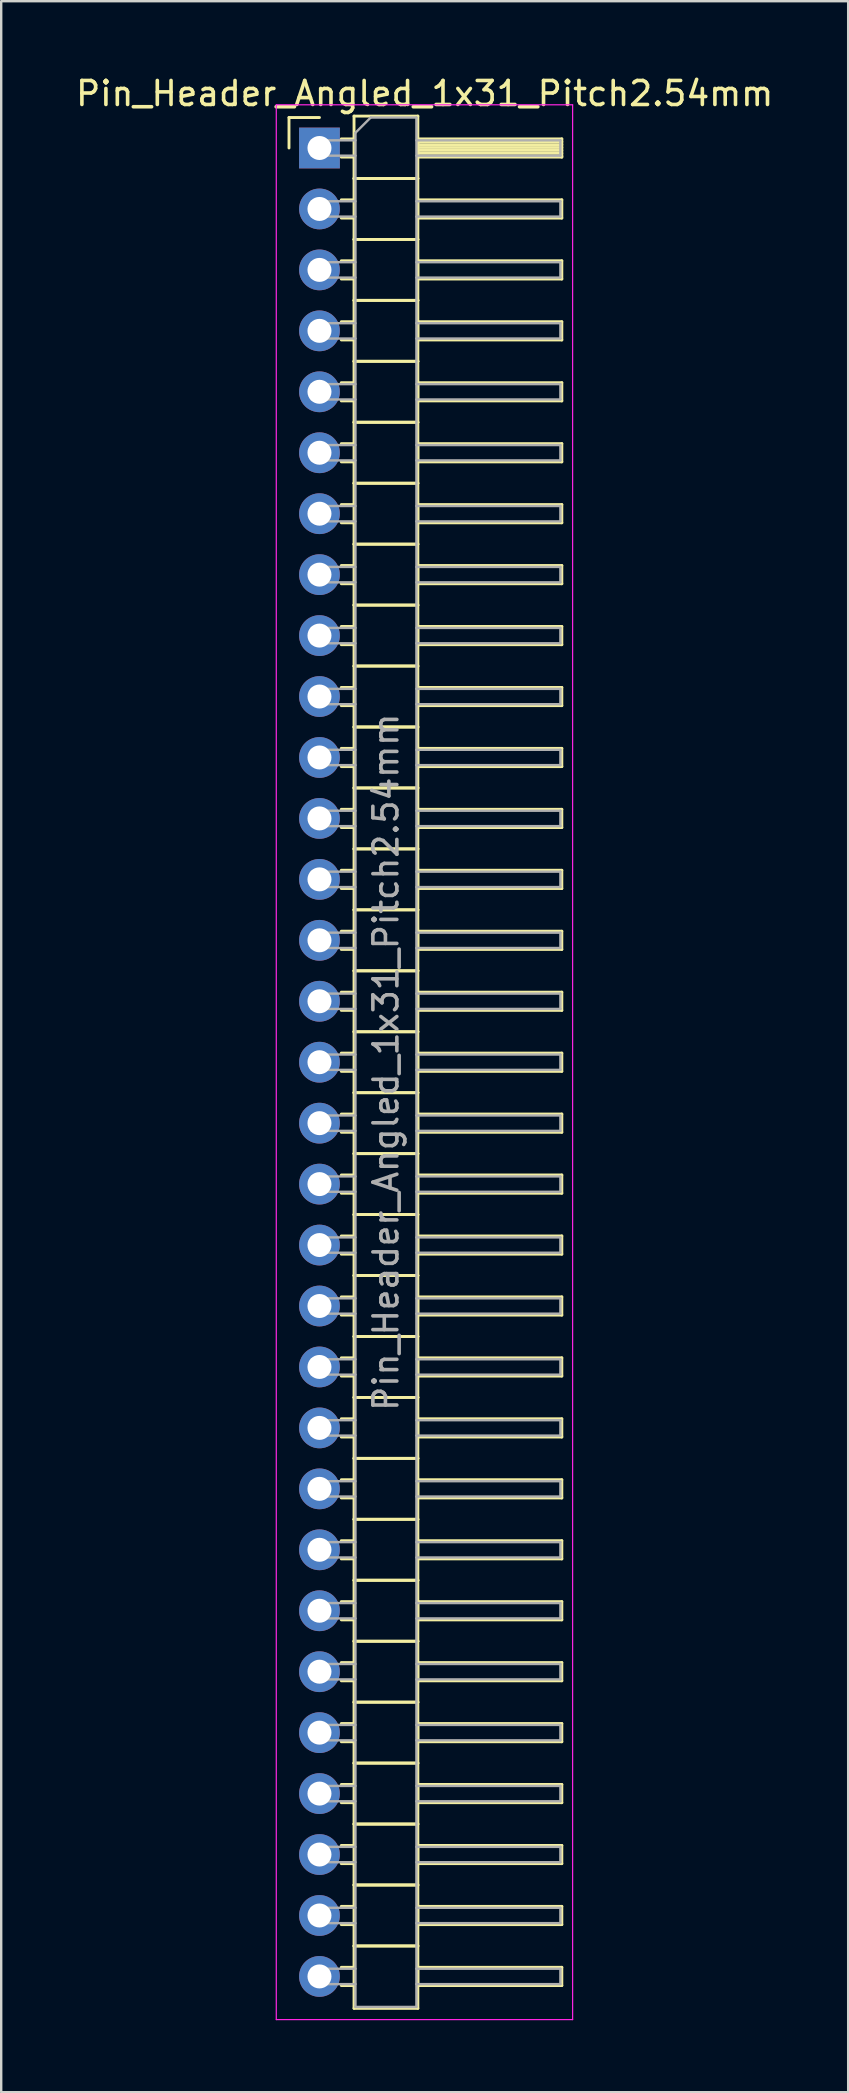
<source format=kicad_pcb>
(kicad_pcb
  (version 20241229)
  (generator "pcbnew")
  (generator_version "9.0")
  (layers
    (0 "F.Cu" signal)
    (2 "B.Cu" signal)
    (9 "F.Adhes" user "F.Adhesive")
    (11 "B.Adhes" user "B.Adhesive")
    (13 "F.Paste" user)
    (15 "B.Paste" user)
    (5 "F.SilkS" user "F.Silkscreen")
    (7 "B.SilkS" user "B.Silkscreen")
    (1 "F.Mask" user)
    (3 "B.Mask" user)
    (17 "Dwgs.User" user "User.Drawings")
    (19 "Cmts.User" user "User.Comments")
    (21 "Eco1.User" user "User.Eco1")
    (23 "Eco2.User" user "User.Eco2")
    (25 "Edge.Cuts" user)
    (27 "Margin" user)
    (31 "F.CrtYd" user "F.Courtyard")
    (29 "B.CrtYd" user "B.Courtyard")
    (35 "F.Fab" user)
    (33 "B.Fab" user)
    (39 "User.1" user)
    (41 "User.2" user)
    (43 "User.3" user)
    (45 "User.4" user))
  (footprint "Pin_Header_Angled_1x31_Pitch2.54mm"
    (layer "F.Cu")
    (at 10.264 3.118)
    (property "Reference" "Pin_Header_Angled_1x31_Pitch2.54mm" (at 4.385 -2.27 0) (layer "F.SilkS") (effects (font (size 1 1) (thickness 0.15))))
    (attr through_hole)
    (fp_line (start -1.27 -1.27) (end 0 -1.27) (stroke (width 0.12) (type solid)) (layer "F.SilkS"))
    (fp_line (start -1.27 0) (end -1.27 -1.27) (stroke (width 0.12) (type solid)) (layer "F.SilkS"))
    (fp_line (start 0.91 -0.38) (end 1.44 -0.38) (stroke (width 0.12) (type solid)) (layer "F.SilkS"))
    (fp_line (start 0.91 0.38) (end 1.44 0.38) (stroke (width 0.12) (type solid)) (layer "F.SilkS"))
    (fp_line (start 0.91 2.16) (end 1.44 2.16) (stroke (width 0.12) (type solid)) (layer "F.SilkS"))
    (fp_line (start 0.91 2.92) (end 1.44 2.92) (stroke (width 0.12) (type solid)) (layer "F.SilkS"))
    (fp_line (start 0.91 4.7) (end 1.44 4.7) (stroke (width 0.12) (type solid)) (layer "F.SilkS"))
    (fp_line (start 0.91 5.46) (end 1.44 5.46) (stroke (width 0.12) (type solid)) (layer "F.SilkS"))
    (fp_line (start 0.91 7.24) (end 1.44 7.24) (stroke (width 0.12) (type solid)) (layer "F.SilkS"))
    (fp_line (start 0.91 8) (end 1.44 8) (stroke (width 0.12) (type solid)) (layer "F.SilkS"))
    (fp_line (start 0.91 9.78) (end 1.44 9.78) (stroke (width 0.12) (type solid)) (layer "F.SilkS"))
    (fp_line (start 0.91 10.54) (end 1.44 10.54) (stroke (width 0.12) (type solid)) (layer "F.SilkS"))
    (fp_line (start 0.91 12.32) (end 1.44 12.32) (stroke (width 0.12) (type solid)) (layer "F.SilkS"))
    (fp_line (start 0.91 13.08) (end 1.44 13.08) (stroke (width 0.12) (type solid)) (layer "F.SilkS"))
    (fp_line (start 0.91 14.86) (end 1.44 14.86) (stroke (width 0.12) (type solid)) (layer "F.SilkS"))
    (fp_line (start 0.91 15.62) (end 1.44 15.62) (stroke (width 0.12) (type solid)) (layer "F.SilkS"))
    (fp_line (start 0.91 17.4) (end 1.44 17.4) (stroke (width 0.12) (type solid)) (layer "F.SilkS"))
    (fp_line (start 0.91 18.16) (end 1.44 18.16) (stroke (width 0.12) (type solid)) (layer "F.SilkS"))
    (fp_line (start 0.91 19.94) (end 1.44 19.94) (stroke (width 0.12) (type solid)) (layer "F.SilkS"))
    (fp_line (start 0.91 20.7) (end 1.44 20.7) (stroke (width 0.12) (type solid)) (layer "F.SilkS"))
    (fp_line (start 0.91 22.48) (end 1.44 22.48) (stroke (width 0.12) (type solid)) (layer "F.SilkS"))
    (fp_line (start 0.91 23.24) (end 1.44 23.24) (stroke (width 0.12) (type solid)) (layer "F.SilkS"))
    (fp_line (start 0.91 25.02) (end 1.44 25.02) (stroke (width 0.12) (type solid)) (layer "F.SilkS"))
    (fp_line (start 0.91 25.78) (end 1.44 25.78) (stroke (width 0.12) (type solid)) (layer "F.SilkS"))
    (fp_line (start 0.91 27.56) (end 1.44 27.56) (stroke (width 0.12) (type solid)) (layer "F.SilkS"))
    (fp_line (start 0.91 28.32) (end 1.44 28.32) (stroke (width 0.12) (type solid)) (layer "F.SilkS"))
    (fp_line (start 0.91 30.1) (end 1.44 30.1) (stroke (width 0.12) (type solid)) (layer "F.SilkS"))
    (fp_line (start 0.91 30.86) (end 1.44 30.86) (stroke (width 0.12) (type solid)) (layer "F.SilkS"))
    (fp_line (start 0.91 32.64) (end 1.44 32.64) (stroke (width 0.12) (type solid)) (layer "F.SilkS"))
    (fp_line (start 0.91 33.4) (end 1.44 33.4) (stroke (width 0.12) (type solid)) (layer "F.SilkS"))
    (fp_line (start 0.91 35.18) (end 1.44 35.18) (stroke (width 0.12) (type solid)) (layer "F.SilkS"))
    (fp_line (start 0.91 35.94) (end 1.44 35.94) (stroke (width 0.12) (type solid)) (layer "F.SilkS"))
    (fp_line (start 0.91 37.72) (end 1.44 37.72) (stroke (width 0.12) (type solid)) (layer "F.SilkS"))
    (fp_line (start 0.91 38.48) (end 1.44 38.48) (stroke (width 0.12) (type solid)) (layer "F.SilkS"))
    (fp_line (start 0.91 40.26) (end 1.44 40.26) (stroke (width 0.12) (type solid)) (layer "F.SilkS"))
    (fp_line (start 0.91 41.02) (end 1.44 41.02) (stroke (width 0.12) (type solid)) (layer "F.SilkS"))
    (fp_line (start 0.91 42.8) (end 1.44 42.8) (stroke (width 0.12) (type solid)) (layer "F.SilkS"))
    (fp_line (start 0.91 43.56) (end 1.44 43.56) (stroke (width 0.12) (type solid)) (layer "F.SilkS"))
    (fp_line (start 0.91 45.34) (end 1.44 45.34) (stroke (width 0.12) (type solid)) (layer "F.SilkS"))
    (fp_line (start 0.91 46.1) (end 1.44 46.1) (stroke (width 0.12) (type solid)) (layer "F.SilkS"))
    (fp_line (start 0.91 47.88) (end 1.44 47.88) (stroke (width 0.12) (type solid)) (layer "F.SilkS"))
    (fp_line (start 0.91 48.64) (end 1.44 48.64) (stroke (width 0.12) (type solid)) (layer "F.SilkS"))
    (fp_line (start 0.91 50.42) (end 1.44 50.42) (stroke (width 0.12) (type solid)) (layer "F.SilkS"))
    (fp_line (start 0.91 51.18) (end 1.44 51.18) (stroke (width 0.12) (type solid)) (layer "F.SilkS"))
    (fp_line (start 0.91 52.96) (end 1.44 52.96) (stroke (width 0.12) (type solid)) (layer "F.SilkS"))
    (fp_line (start 0.91 53.72) (end 1.44 53.72) (stroke (width 0.12) (type solid)) (layer "F.SilkS"))
    (fp_line (start 0.91 55.5) (end 1.44 55.5) (stroke (width 0.12) (type solid)) (layer "F.SilkS"))
    (fp_line (start 0.91 56.26) (end 1.44 56.26) (stroke (width 0.12) (type solid)) (layer "F.SilkS"))
    (fp_line (start 0.91 58.04) (end 1.44 58.04) (stroke (width 0.12) (type solid)) (layer "F.SilkS"))
    (fp_line (start 0.91 58.8) (end 1.44 58.8) (stroke (width 0.12) (type solid)) (layer "F.SilkS"))
    (fp_line (start 0.91 60.58) (end 1.44 60.58) (stroke (width 0.12) (type solid)) (layer "F.SilkS"))
    (fp_line (start 0.91 61.34) (end 1.44 61.34) (stroke (width 0.12) (type solid)) (layer "F.SilkS"))
    (fp_line (start 0.91 63.12) (end 1.44 63.12) (stroke (width 0.12) (type solid)) (layer "F.SilkS"))
    (fp_line (start 0.91 63.88) (end 1.44 63.88) (stroke (width 0.12) (type solid)) (layer "F.SilkS"))
    (fp_line (start 0.91 65.66) (end 1.44 65.66) (stroke (width 0.12) (type solid)) (layer "F.SilkS"))
    (fp_line (start 0.91 66.42) (end 1.44 66.42) (stroke (width 0.12) (type solid)) (layer "F.SilkS"))
    (fp_line (start 0.91 68.2) (end 1.44 68.2) (stroke (width 0.12) (type solid)) (layer "F.SilkS"))
    (fp_line (start 0.91 68.96) (end 1.44 68.96) (stroke (width 0.12) (type solid)) (layer "F.SilkS"))
    (fp_line (start 0.91 70.74) (end 1.44 70.74) (stroke (width 0.12) (type solid)) (layer "F.SilkS"))
    (fp_line (start 0.91 71.5) (end 1.44 71.5) (stroke (width 0.12) (type solid)) (layer "F.SilkS"))
    (fp_line (start 0.91 73.28) (end 1.44 73.28) (stroke (width 0.12) (type solid)) (layer "F.SilkS"))
    (fp_line (start 0.91 74.04) (end 1.44 74.04) (stroke (width 0.12) (type solid)) (layer "F.SilkS"))
    (fp_line (start 0.91 75.82) (end 1.44 75.82) (stroke (width 0.12) (type solid)) (layer "F.SilkS"))
    (fp_line (start 0.91 76.58) (end 1.44 76.58) (stroke (width 0.12) (type solid)) (layer "F.SilkS"))
    (fp_line (start 1.44 -1.33) (end 1.44 1.27) (stroke (width 0.12) (type solid)) (layer "F.SilkS"))
    (fp_line (start 1.44 1.27) (end 1.44 3.81) (stroke (width 0.12) (type solid)) (layer "F.SilkS"))
    (fp_line (start 1.44 1.27) (end 4.1 1.27) (stroke (width 0.12) (type solid)) (layer "F.SilkS"))
    (fp_line (start 1.44 3.81) (end 1.44 6.35) (stroke (width 0.12) (type solid)) (layer "F.SilkS"))
    (fp_line (start 1.44 3.81) (end 4.1 3.81) (stroke (width 0.12) (type solid)) (layer "F.SilkS"))
    (fp_line (start 1.44 6.35) (end 1.44 8.89) (stroke (width 0.12) (type solid)) (layer "F.SilkS"))
    (fp_line (start 1.44 6.35) (end 4.1 6.35) (stroke (width 0.12) (type solid)) (layer "F.SilkS"))
    (fp_line (start 1.44 8.89) (end 1.44 11.43) (stroke (width 0.12) (type solid)) (layer "F.SilkS"))
    (fp_line (start 1.44 8.89) (end 4.1 8.89) (stroke (width 0.12) (type solid)) (layer "F.SilkS"))
    (fp_line (start 1.44 11.43) (end 1.44 13.97) (stroke (width 0.12) (type solid)) (layer "F.SilkS"))
    (fp_line (start 1.44 11.43) (end 4.1 11.43) (stroke (width 0.12) (type solid)) (layer "F.SilkS"))
    (fp_line (start 1.44 13.97) (end 1.44 16.51) (stroke (width 0.12) (type solid)) (layer "F.SilkS"))
    (fp_line (start 1.44 13.97) (end 4.1 13.97) (stroke (width 0.12) (type solid)) (layer "F.SilkS"))
    (fp_line (start 1.44 16.51) (end 1.44 19.05) (stroke (width 0.12) (type solid)) (layer "F.SilkS"))
    (fp_line (start 1.44 16.51) (end 4.1 16.51) (stroke (width 0.12) (type solid)) (layer "F.SilkS"))
    (fp_line (start 1.44 19.05) (end 1.44 21.59) (stroke (width 0.12) (type solid)) (layer "F.SilkS"))
    (fp_line (start 1.44 19.05) (end 4.1 19.05) (stroke (width 0.12) (type solid)) (layer "F.SilkS"))
    (fp_line (start 1.44 21.59) (end 1.44 24.13) (stroke (width 0.12) (type solid)) (layer "F.SilkS"))
    (fp_line (start 1.44 21.59) (end 4.1 21.59) (stroke (width 0.12) (type solid)) (layer "F.SilkS"))
    (fp_line (start 1.44 24.13) (end 1.44 26.67) (stroke (width 0.12) (type solid)) (layer "F.SilkS"))
    (fp_line (start 1.44 24.13) (end 4.1 24.13) (stroke (width 0.12) (type solid)) (layer "F.SilkS"))
    (fp_line (start 1.44 26.67) (end 1.44 29.21) (stroke (width 0.12) (type solid)) (layer "F.SilkS"))
    (fp_line (start 1.44 26.67) (end 4.1 26.67) (stroke (width 0.12) (type solid)) (layer "F.SilkS"))
    (fp_line (start 1.44 29.21) (end 1.44 31.75) (stroke (width 0.12) (type solid)) (layer "F.SilkS"))
    (fp_line (start 1.44 29.21) (end 4.1 29.21) (stroke (width 0.12) (type solid)) (layer "F.SilkS"))
    (fp_line (start 1.44 31.75) (end 1.44 34.29) (stroke (width 0.12) (type solid)) (layer "F.SilkS"))
    (fp_line (start 1.44 31.75) (end 4.1 31.75) (stroke (width 0.12) (type solid)) (layer "F.SilkS"))
    (fp_line (start 1.44 34.29) (end 1.44 36.83) (stroke (width 0.12) (type solid)) (layer "F.SilkS"))
    (fp_line (start 1.44 34.29) (end 4.1 34.29) (stroke (width 0.12) (type solid)) (layer "F.SilkS"))
    (fp_line (start 1.44 36.83) (end 1.44 39.37) (stroke (width 0.12) (type solid)) (layer "F.SilkS"))
    (fp_line (start 1.44 36.83) (end 4.1 36.83) (stroke (width 0.12) (type solid)) (layer "F.SilkS"))
    (fp_line (start 1.44 39.37) (end 1.44 41.91) (stroke (width 0.12) (type solid)) (layer "F.SilkS"))
    (fp_line (start 1.44 39.37) (end 4.1 39.37) (stroke (width 0.12) (type solid)) (layer "F.SilkS"))
    (fp_line (start 1.44 41.91) (end 1.44 44.45) (stroke (width 0.12) (type solid)) (layer "F.SilkS"))
    (fp_line (start 1.44 41.91) (end 4.1 41.91) (stroke (width 0.12) (type solid)) (layer "F.SilkS"))
    (fp_line (start 1.44 44.45) (end 1.44 46.99) (stroke (width 0.12) (type solid)) (layer "F.SilkS"))
    (fp_line (start 1.44 44.45) (end 4.1 44.45) (stroke (width 0.12) (type solid)) (layer "F.SilkS"))
    (fp_line (start 1.44 46.99) (end 1.44 49.53) (stroke (width 0.12) (type solid)) (layer "F.SilkS"))
    (fp_line (start 1.44 46.99) (end 4.1 46.99) (stroke (width 0.12) (type solid)) (layer "F.SilkS"))
    (fp_line (start 1.44 49.53) (end 1.44 52.07) (stroke (width 0.12) (type solid)) (layer "F.SilkS"))
    (fp_line (start 1.44 49.53) (end 4.1 49.53) (stroke (width 0.12) (type solid)) (layer "F.SilkS"))
    (fp_line (start 1.44 52.07) (end 1.44 54.61) (stroke (width 0.12) (type solid)) (layer "F.SilkS"))
    (fp_line (start 1.44 52.07) (end 4.1 52.07) (stroke (width 0.12) (type solid)) (layer "F.SilkS"))
    (fp_line (start 1.44 54.61) (end 1.44 57.15) (stroke (width 0.12) (type solid)) (layer "F.SilkS"))
    (fp_line (start 1.44 54.61) (end 4.1 54.61) (stroke (width 0.12) (type solid)) (layer "F.SilkS"))
    (fp_line (start 1.44 57.15) (end 1.44 59.69) (stroke (width 0.12) (type solid)) (layer "F.SilkS"))
    (fp_line (start 1.44 57.15) (end 4.1 57.15) (stroke (width 0.12) (type solid)) (layer "F.SilkS"))
    (fp_line (start 1.44 59.69) (end 1.44 62.23) (stroke (width 0.12) (type solid)) (layer "F.SilkS"))
    (fp_line (start 1.44 59.69) (end 4.1 59.69) (stroke (width 0.12) (type solid)) (layer "F.SilkS"))
    (fp_line (start 1.44 62.23) (end 1.44 64.77) (stroke (width 0.12) (type solid)) (layer "F.SilkS"))
    (fp_line (start 1.44 62.23) (end 4.1 62.23) (stroke (width 0.12) (type solid)) (layer "F.SilkS"))
    (fp_line (start 1.44 64.77) (end 1.44 67.31) (stroke (width 0.12) (type solid)) (layer "F.SilkS"))
    (fp_line (start 1.44 64.77) (end 4.1 64.77) (stroke (width 0.12) (type solid)) (layer "F.SilkS"))
    (fp_line (start 1.44 67.31) (end 1.44 69.85) (stroke (width 0.12) (type solid)) (layer "F.SilkS"))
    (fp_line (start 1.44 67.31) (end 4.1 67.31) (stroke (width 0.12) (type solid)) (layer "F.SilkS"))
    (fp_line (start 1.44 69.85) (end 1.44 72.39) (stroke (width 0.12) (type solid)) (layer "F.SilkS"))
    (fp_line (start 1.44 69.85) (end 4.1 69.85) (stroke (width 0.12) (type solid)) (layer "F.SilkS"))
    (fp_line (start 1.44 72.39) (end 1.44 74.93) (stroke (width 0.12) (type solid)) (layer "F.SilkS"))
    (fp_line (start 1.44 72.39) (end 4.1 72.39) (stroke (width 0.12) (type solid)) (layer "F.SilkS"))
    (fp_line (start 1.44 74.93) (end 1.44 77.53) (stroke (width 0.12) (type solid)) (layer "F.SilkS"))
    (fp_line (start 1.44 74.93) (end 4.1 74.93) (stroke (width 0.12) (type solid)) (layer "F.SilkS"))
    (fp_line (start 1.44 77.53) (end 4.1 77.53) (stroke (width 0.12) (type solid)) (layer "F.SilkS"))
    (fp_line (start 4.1 -1.33) (end 1.44 -1.33) (stroke (width 0.12) (type solid)) (layer "F.SilkS"))
    (fp_line (start 4.1 -0.38) (end 4.1 0.38) (stroke (width 0.12) (type solid)) (layer "F.SilkS"))
    (fp_line (start 4.1 -0.26) (end 10.1 -0.26) (stroke (width 0.12) (type solid)) (layer "F.SilkS"))
    (fp_line (start 4.1 -0.14) (end 10.1 -0.14) (stroke (width 0.12) (type solid)) (layer "F.SilkS"))
    (fp_line (start 4.1 -0.02) (end 10.1 -0.02) (stroke (width 0.12) (type solid)) (layer "F.SilkS"))
    (fp_line (start 4.1 0.1) (end 10.1 0.1) (stroke (width 0.12) (type solid)) (layer "F.SilkS"))
    (fp_line (start 4.1 0.22) (end 10.1 0.22) (stroke (width 0.12) (type solid)) (layer "F.SilkS"))
    (fp_line (start 4.1 0.34) (end 10.1 0.34) (stroke (width 0.12) (type solid)) (layer "F.SilkS"))
    (fp_line (start 4.1 0.38) (end 10.1 0.38) (stroke (width 0.12) (type solid)) (layer "F.SilkS"))
    (fp_line (start 4.1 1.27) (end 1.44 1.27) (stroke (width 0.12) (type solid)) (layer "F.SilkS"))
    (fp_line (start 4.1 1.27) (end 4.1 -1.33) (stroke (width 0.12) (type solid)) (layer "F.SilkS"))
    (fp_line (start 4.1 2.16) (end 4.1 2.92) (stroke (width 0.12) (type solid)) (layer "F.SilkS"))
    (fp_line (start 4.1 2.92) (end 10.1 2.92) (stroke (width 0.12) (type solid)) (layer "F.SilkS"))
    (fp_line (start 4.1 3.81) (end 1.44 3.81) (stroke (width 0.12) (type solid)) (layer "F.SilkS"))
    (fp_line (start 4.1 3.81) (end 4.1 1.27) (stroke (width 0.12) (type solid)) (layer "F.SilkS"))
    (fp_line (start 4.1 4.7) (end 4.1 5.46) (stroke (width 0.12) (type solid)) (layer "F.SilkS"))
    (fp_line (start 4.1 5.46) (end 10.1 5.46) (stroke (width 0.12) (type solid)) (layer "F.SilkS"))
    (fp_line (start 4.1 6.35) (end 1.44 6.35) (stroke (width 0.12) (type solid)) (layer "F.SilkS"))
    (fp_line (start 4.1 6.35) (end 4.1 3.81) (stroke (width 0.12) (type solid)) (layer "F.SilkS"))
    (fp_line (start 4.1 7.24) (end 4.1 8) (stroke (width 0.12) (type solid)) (layer "F.SilkS"))
    (fp_line (start 4.1 8) (end 10.1 8) (stroke (width 0.12) (type solid)) (layer "F.SilkS"))
    (fp_line (start 4.1 8.89) (end 1.44 8.89) (stroke (width 0.12) (type solid)) (layer "F.SilkS"))
    (fp_line (start 4.1 8.89) (end 4.1 6.35) (stroke (width 0.12) (type solid)) (layer "F.SilkS"))
    (fp_line (start 4.1 9.78) (end 4.1 10.54) (stroke (width 0.12) (type solid)) (layer "F.SilkS"))
    (fp_line (start 4.1 10.54) (end 10.1 10.54) (stroke (width 0.12) (type solid)) (layer "F.SilkS"))
    (fp_line (start 4.1 11.43) (end 1.44 11.43) (stroke (width 0.12) (type solid)) (layer "F.SilkS"))
    (fp_line (start 4.1 11.43) (end 4.1 8.89) (stroke (width 0.12) (type solid)) (layer "F.SilkS"))
    (fp_line (start 4.1 12.32) (end 4.1 13.08) (stroke (width 0.12) (type solid)) (layer "F.SilkS"))
    (fp_line (start 4.1 13.08) (end 10.1 13.08) (stroke (width 0.12) (type solid)) (layer "F.SilkS"))
    (fp_line (start 4.1 13.97) (end 1.44 13.97) (stroke (width 0.12) (type solid)) (layer "F.SilkS"))
    (fp_line (start 4.1 13.97) (end 4.1 11.43) (stroke (width 0.12) (type solid)) (layer "F.SilkS"))
    (fp_line (start 4.1 14.86) (end 4.1 15.62) (stroke (width 0.12) (type solid)) (layer "F.SilkS"))
    (fp_line (start 4.1 15.62) (end 10.1 15.62) (stroke (width 0.12) (type solid)) (layer "F.SilkS"))
    (fp_line (start 4.1 16.51) (end 1.44 16.51) (stroke (width 0.12) (type solid)) (layer "F.SilkS"))
    (fp_line (start 4.1 16.51) (end 4.1 13.97) (stroke (width 0.12) (type solid)) (layer "F.SilkS"))
    (fp_line (start 4.1 17.4) (end 4.1 18.16) (stroke (width 0.12) (type solid)) (layer "F.SilkS"))
    (fp_line (start 4.1 18.16) (end 10.1 18.16) (stroke (width 0.12) (type solid)) (layer "F.SilkS"))
    (fp_line (start 4.1 19.05) (end 1.44 19.05) (stroke (width 0.12) (type solid)) (layer "F.SilkS"))
    (fp_line (start 4.1 19.05) (end 4.1 16.51) (stroke (width 0.12) (type solid)) (layer "F.SilkS"))
    (fp_line (start 4.1 19.94) (end 4.1 20.7) (stroke (width 0.12) (type solid)) (layer "F.SilkS"))
    (fp_line (start 4.1 20.7) (end 10.1 20.7) (stroke (width 0.12) (type solid)) (layer "F.SilkS"))
    (fp_line (start 4.1 21.59) (end 1.44 21.59) (stroke (width 0.12) (type solid)) (layer "F.SilkS"))
    (fp_line (start 4.1 21.59) (end 4.1 19.05) (stroke (width 0.12) (type solid)) (layer "F.SilkS"))
    (fp_line (start 4.1 22.48) (end 4.1 23.24) (stroke (width 0.12) (type solid)) (layer "F.SilkS"))
    (fp_line (start 4.1 23.24) (end 10.1 23.24) (stroke (width 0.12) (type solid)) (layer "F.SilkS"))
    (fp_line (start 4.1 24.13) (end 1.44 24.13) (stroke (width 0.12) (type solid)) (layer "F.SilkS"))
    (fp_line (start 4.1 24.13) (end 4.1 21.59) (stroke (width 0.12) (type solid)) (layer "F.SilkS"))
    (fp_line (start 4.1 25.02) (end 4.1 25.78) (stroke (width 0.12) (type solid)) (layer "F.SilkS"))
    (fp_line (start 4.1 25.78) (end 10.1 25.78) (stroke (width 0.12) (type solid)) (layer "F.SilkS"))
    (fp_line (start 4.1 26.67) (end 1.44 26.67) (stroke (width 0.12) (type solid)) (layer "F.SilkS"))
    (fp_line (start 4.1 26.67) (end 4.1 24.13) (stroke (width 0.12) (type solid)) (layer "F.SilkS"))
    (fp_line (start 4.1 27.56) (end 4.1 28.32) (stroke (width 0.12) (type solid)) (layer "F.SilkS"))
    (fp_line (start 4.1 28.32) (end 10.1 28.32) (stroke (width 0.12) (type solid)) (layer "F.SilkS"))
    (fp_line (start 4.1 29.21) (end 1.44 29.21) (stroke (width 0.12) (type solid)) (layer "F.SilkS"))
    (fp_line (start 4.1 29.21) (end 4.1 26.67) (stroke (width 0.12) (type solid)) (layer "F.SilkS"))
    (fp_line (start 4.1 30.1) (end 4.1 30.86) (stroke (width 0.12) (type solid)) (layer "F.SilkS"))
    (fp_line (start 4.1 30.86) (end 10.1 30.86) (stroke (width 0.12) (type solid)) (layer "F.SilkS"))
    (fp_line (start 4.1 31.75) (end 1.44 31.75) (stroke (width 0.12) (type solid)) (layer "F.SilkS"))
    (fp_line (start 4.1 31.75) (end 4.1 29.21) (stroke (width 0.12) (type solid)) (layer "F.SilkS"))
    (fp_line (start 4.1 32.64) (end 4.1 33.4) (stroke (width 0.12) (type solid)) (layer "F.SilkS"))
    (fp_line (start 4.1 33.4) (end 10.1 33.4) (stroke (width 0.12) (type solid)) (layer "F.SilkS"))
    (fp_line (start 4.1 34.29) (end 1.44 34.29) (stroke (width 0.12) (type solid)) (layer "F.SilkS"))
    (fp_line (start 4.1 34.29) (end 4.1 31.75) (stroke (width 0.12) (type solid)) (layer "F.SilkS"))
    (fp_line (start 4.1 35.18) (end 4.1 35.94) (stroke (width 0.12) (type solid)) (layer "F.SilkS"))
    (fp_line (start 4.1 35.94) (end 10.1 35.94) (stroke (width 0.12) (type solid)) (layer "F.SilkS"))
    (fp_line (start 4.1 36.83) (end 1.44 36.83) (stroke (width 0.12) (type solid)) (layer "F.SilkS"))
    (fp_line (start 4.1 36.83) (end 4.1 34.29) (stroke (width 0.12) (type solid)) (layer "F.SilkS"))
    (fp_line (start 4.1 37.72) (end 4.1 38.48) (stroke (width 0.12) (type solid)) (layer "F.SilkS"))
    (fp_line (start 4.1 38.48) (end 10.1 38.48) (stroke (width 0.12) (type solid)) (layer "F.SilkS"))
    (fp_line (start 4.1 39.37) (end 1.44 39.37) (stroke (width 0.12) (type solid)) (layer "F.SilkS"))
    (fp_line (start 4.1 39.37) (end 4.1 36.83) (stroke (width 0.12) (type solid)) (layer "F.SilkS"))
    (fp_line (start 4.1 40.26) (end 4.1 41.02) (stroke (width 0.12) (type solid)) (layer "F.SilkS"))
    (fp_line (start 4.1 41.02) (end 10.1 41.02) (stroke (width 0.12) (type solid)) (layer "F.SilkS"))
    (fp_line (start 4.1 41.91) (end 1.44 41.91) (stroke (width 0.12) (type solid)) (layer "F.SilkS"))
    (fp_line (start 4.1 41.91) (end 4.1 39.37) (stroke (width 0.12) (type solid)) (layer "F.SilkS"))
    (fp_line (start 4.1 42.8) (end 4.1 43.56) (stroke (width 0.12) (type solid)) (layer "F.SilkS"))
    (fp_line (start 4.1 43.56) (end 10.1 43.56) (stroke (width 0.12) (type solid)) (layer "F.SilkS"))
    (fp_line (start 4.1 44.45) (end 1.44 44.45) (stroke (width 0.12) (type solid)) (layer "F.SilkS"))
    (fp_line (start 4.1 44.45) (end 4.1 41.91) (stroke (width 0.12) (type solid)) (layer "F.SilkS"))
    (fp_line (start 4.1 45.34) (end 4.1 46.1) (stroke (width 0.12) (type solid)) (layer "F.SilkS"))
    (fp_line (start 4.1 46.1) (end 10.1 46.1) (stroke (width 0.12) (type solid)) (layer "F.SilkS"))
    (fp_line (start 4.1 46.99) (end 1.44 46.99) (stroke (width 0.12) (type solid)) (layer "F.SilkS"))
    (fp_line (start 4.1 46.99) (end 4.1 44.45) (stroke (width 0.12) (type solid)) (layer "F.SilkS"))
    (fp_line (start 4.1 47.88) (end 4.1 48.64) (stroke (width 0.12) (type solid)) (layer "F.SilkS"))
    (fp_line (start 4.1 48.64) (end 10.1 48.64) (stroke (width 0.12) (type solid)) (layer "F.SilkS"))
    (fp_line (start 4.1 49.53) (end 1.44 49.53) (stroke (width 0.12) (type solid)) (layer "F.SilkS"))
    (fp_line (start 4.1 49.53) (end 4.1 46.99) (stroke (width 0.12) (type solid)) (layer "F.SilkS"))
    (fp_line (start 4.1 50.42) (end 4.1 51.18) (stroke (width 0.12) (type solid)) (layer "F.SilkS"))
    (fp_line (start 4.1 51.18) (end 10.1 51.18) (stroke (width 0.12) (type solid)) (layer "F.SilkS"))
    (fp_line (start 4.1 52.07) (end 1.44 52.07) (stroke (width 0.12) (type solid)) (layer "F.SilkS"))
    (fp_line (start 4.1 52.07) (end 4.1 49.53) (stroke (width 0.12) (type solid)) (layer "F.SilkS"))
    (fp_line (start 4.1 52.96) (end 4.1 53.72) (stroke (width 0.12) (type solid)) (layer "F.SilkS"))
    (fp_line (start 4.1 53.72) (end 10.1 53.72) (stroke (width 0.12) (type solid)) (layer "F.SilkS"))
    (fp_line (start 4.1 54.61) (end 1.44 54.61) (stroke (width 0.12) (type solid)) (layer "F.SilkS"))
    (fp_line (start 4.1 54.61) (end 4.1 52.07) (stroke (width 0.12) (type solid)) (layer "F.SilkS"))
    (fp_line (start 4.1 55.5) (end 4.1 56.26) (stroke (width 0.12) (type solid)) (layer "F.SilkS"))
    (fp_line (start 4.1 56.26) (end 10.1 56.26) (stroke (width 0.12) (type solid)) (layer "F.SilkS"))
    (fp_line (start 4.1 57.15) (end 1.44 57.15) (stroke (width 0.12) (type solid)) (layer "F.SilkS"))
    (fp_line (start 4.1 57.15) (end 4.1 54.61) (stroke (width 0.12) (type solid)) (layer "F.SilkS"))
    (fp_line (start 4.1 58.04) (end 4.1 58.8) (stroke (width 0.12) (type solid)) (layer "F.SilkS"))
    (fp_line (start 4.1 58.8) (end 10.1 58.8) (stroke (width 0.12) (type solid)) (layer "F.SilkS"))
    (fp_line (start 4.1 59.69) (end 1.44 59.69) (stroke (width 0.12) (type solid)) (layer "F.SilkS"))
    (fp_line (start 4.1 59.69) (end 4.1 57.15) (stroke (width 0.12) (type solid)) (layer "F.SilkS"))
    (fp_line (start 4.1 60.58) (end 4.1 61.34) (stroke (width 0.12) (type solid)) (layer "F.SilkS"))
    (fp_line (start 4.1 61.34) (end 10.1 61.34) (stroke (width 0.12) (type solid)) (layer "F.SilkS"))
    (fp_line (start 4.1 62.23) (end 1.44 62.23) (stroke (width 0.12) (type solid)) (layer "F.SilkS"))
    (fp_line (start 4.1 62.23) (end 4.1 59.69) (stroke (width 0.12) (type solid)) (layer "F.SilkS"))
    (fp_line (start 4.1 63.12) (end 4.1 63.88) (stroke (width 0.12) (type solid)) (layer "F.SilkS"))
    (fp_line (start 4.1 63.88) (end 10.1 63.88) (stroke (width 0.12) (type solid)) (layer "F.SilkS"))
    (fp_line (start 4.1 64.77) (end 1.44 64.77) (stroke (width 0.12) (type solid)) (layer "F.SilkS"))
    (fp_line (start 4.1 64.77) (end 4.1 62.23) (stroke (width 0.12) (type solid)) (layer "F.SilkS"))
    (fp_line (start 4.1 65.66) (end 4.1 66.42) (stroke (width 0.12) (type solid)) (layer "F.SilkS"))
    (fp_line (start 4.1 66.42) (end 10.1 66.42) (stroke (width 0.12) (type solid)) (layer "F.SilkS"))
    (fp_line (start 4.1 67.31) (end 1.44 67.31) (stroke (width 0.12) (type solid)) (layer "F.SilkS"))
    (fp_line (start 4.1 67.31) (end 4.1 64.77) (stroke (width 0.12) (type solid)) (layer "F.SilkS"))
    (fp_line (start 4.1 68.2) (end 4.1 68.96) (stroke (width 0.12) (type solid)) (layer "F.SilkS"))
    (fp_line (start 4.1 68.96) (end 10.1 68.96) (stroke (width 0.12) (type solid)) (layer "F.SilkS"))
    (fp_line (start 4.1 69.85) (end 1.44 69.85) (stroke (width 0.12) (type solid)) (layer "F.SilkS"))
    (fp_line (start 4.1 69.85) (end 4.1 67.31) (stroke (width 0.12) (type solid)) (layer "F.SilkS"))
    (fp_line (start 4.1 70.74) (end 4.1 71.5) (stroke (width 0.12) (type solid)) (layer "F.SilkS"))
    (fp_line (start 4.1 71.5) (end 10.1 71.5) (stroke (width 0.12) (type solid)) (layer "F.SilkS"))
    (fp_line (start 4.1 72.39) (end 1.44 72.39) (stroke (width 0.12) (type solid)) (layer "F.SilkS"))
    (fp_line (start 4.1 72.39) (end 4.1 69.85) (stroke (width 0.12) (type solid)) (layer "F.SilkS"))
    (fp_line (start 4.1 73.28) (end 4.1 74.04) (stroke (width 0.12) (type solid)) (layer "F.SilkS"))
    (fp_line (start 4.1 74.04) (end 10.1 74.04) (stroke (width 0.12) (type solid)) (layer "F.SilkS"))
    (fp_line (start 4.1 74.93) (end 1.44 74.93) (stroke (width 0.12) (type solid)) (layer "F.SilkS"))
    (fp_line (start 4.1 74.93) (end 4.1 72.39) (stroke (width 0.12) (type solid)) (layer "F.SilkS"))
    (fp_line (start 4.1 75.82) (end 4.1 76.58) (stroke (width 0.12) (type solid)) (layer "F.SilkS"))
    (fp_line (start 4.1 76.58) (end 10.1 76.58) (stroke (width 0.12) (type solid)) (layer "F.SilkS"))
    (fp_line (start 4.1 77.53) (end 4.1 74.93) (stroke (width 0.12) (type solid)) (layer "F.SilkS"))
    (fp_line (start 10.1 -0.38) (end 4.1 -0.38) (stroke (width 0.12) (type solid)) (layer "F.SilkS"))
    (fp_line (start 10.1 0.38) (end 10.1 -0.38) (stroke (width 0.12) (type solid)) (layer "F.SilkS"))
    (fp_line (start 10.1 2.16) (end 4.1 2.16) (stroke (width 0.12) (type solid)) (layer "F.SilkS"))
    (fp_line (start 10.1 2.92) (end 10.1 2.16) (stroke (width 0.12) (type solid)) (layer "F.SilkS"))
    (fp_line (start 10.1 4.7) (end 4.1 4.7) (stroke (width 0.12) (type solid)) (layer "F.SilkS"))
    (fp_line (start 10.1 5.46) (end 10.1 4.7) (stroke (width 0.12) (type solid)) (layer "F.SilkS"))
    (fp_line (start 10.1 7.24) (end 4.1 7.24) (stroke (width 0.12) (type solid)) (layer "F.SilkS"))
    (fp_line (start 10.1 8) (end 10.1 7.24) (stroke (width 0.12) (type solid)) (layer "F.SilkS"))
    (fp_line (start 10.1 9.78) (end 4.1 9.78) (stroke (width 0.12) (type solid)) (layer "F.SilkS"))
    (fp_line (start 10.1 10.54) (end 10.1 9.78) (stroke (width 0.12) (type solid)) (layer "F.SilkS"))
    (fp_line (start 10.1 12.32) (end 4.1 12.32) (stroke (width 0.12) (type solid)) (layer "F.SilkS"))
    (fp_line (start 10.1 13.08) (end 10.1 12.32) (stroke (width 0.12) (type solid)) (layer "F.SilkS"))
    (fp_line (start 10.1 14.86) (end 4.1 14.86) (stroke (width 0.12) (type solid)) (layer "F.SilkS"))
    (fp_line (start 10.1 15.62) (end 10.1 14.86) (stroke (width 0.12) (type solid)) (layer "F.SilkS"))
    (fp_line (start 10.1 17.4) (end 4.1 17.4) (stroke (width 0.12) (type solid)) (layer "F.SilkS"))
    (fp_line (start 10.1 18.16) (end 10.1 17.4) (stroke (width 0.12) (type solid)) (layer "F.SilkS"))
    (fp_line (start 10.1 19.94) (end 4.1 19.94) (stroke (width 0.12) (type solid)) (layer "F.SilkS"))
    (fp_line (start 10.1 20.7) (end 10.1 19.94) (stroke (width 0.12) (type solid)) (layer "F.SilkS"))
    (fp_line (start 10.1 22.48) (end 4.1 22.48) (stroke (width 0.12) (type solid)) (layer "F.SilkS"))
    (fp_line (start 10.1 23.24) (end 10.1 22.48) (stroke (width 0.12) (type solid)) (layer "F.SilkS"))
    (fp_line (start 10.1 25.02) (end 4.1 25.02) (stroke (width 0.12) (type solid)) (layer "F.SilkS"))
    (fp_line (start 10.1 25.78) (end 10.1 25.02) (stroke (width 0.12) (type solid)) (layer "F.SilkS"))
    (fp_line (start 10.1 27.56) (end 4.1 27.56) (stroke (width 0.12) (type solid)) (layer "F.SilkS"))
    (fp_line (start 10.1 28.32) (end 10.1 27.56) (stroke (width 0.12) (type solid)) (layer "F.SilkS"))
    (fp_line (start 10.1 30.1) (end 4.1 30.1) (stroke (width 0.12) (type solid)) (layer "F.SilkS"))
    (fp_line (start 10.1 30.86) (end 10.1 30.1) (stroke (width 0.12) (type solid)) (layer "F.SilkS"))
    (fp_line (start 10.1 32.64) (end 4.1 32.64) (stroke (width 0.12) (type solid)) (layer "F.SilkS"))
    (fp_line (start 10.1 33.4) (end 10.1 32.64) (stroke (width 0.12) (type solid)) (layer "F.SilkS"))
    (fp_line (start 10.1 35.18) (end 4.1 35.18) (stroke (width 0.12) (type solid)) (layer "F.SilkS"))
    (fp_line (start 10.1 35.94) (end 10.1 35.18) (stroke (width 0.12) (type solid)) (layer "F.SilkS"))
    (fp_line (start 10.1 37.72) (end 4.1 37.72) (stroke (width 0.12) (type solid)) (layer "F.SilkS"))
    (fp_line (start 10.1 38.48) (end 10.1 37.72) (stroke (width 0.12) (type solid)) (layer "F.SilkS"))
    (fp_line (start 10.1 40.26) (end 4.1 40.26) (stroke (width 0.12) (type solid)) (layer "F.SilkS"))
    (fp_line (start 10.1 41.02) (end 10.1 40.26) (stroke (width 0.12) (type solid)) (layer "F.SilkS"))
    (fp_line (start 10.1 42.8) (end 4.1 42.8) (stroke (width 0.12) (type solid)) (layer "F.SilkS"))
    (fp_line (start 10.1 43.56) (end 10.1 42.8) (stroke (width 0.12) (type solid)) (layer "F.SilkS"))
    (fp_line (start 10.1 45.34) (end 4.1 45.34) (stroke (width 0.12) (type solid)) (layer "F.SilkS"))
    (fp_line (start 10.1 46.1) (end 10.1 45.34) (stroke (width 0.12) (type solid)) (layer "F.SilkS"))
    (fp_line (start 10.1 47.88) (end 4.1 47.88) (stroke (width 0.12) (type solid)) (layer "F.SilkS"))
    (fp_line (start 10.1 48.64) (end 10.1 47.88) (stroke (width 0.12) (type solid)) (layer "F.SilkS"))
    (fp_line (start 10.1 50.42) (end 4.1 50.42) (stroke (width 0.12) (type solid)) (layer "F.SilkS"))
    (fp_line (start 10.1 51.18) (end 10.1 50.42) (stroke (width 0.12) (type solid)) (layer "F.SilkS"))
    (fp_line (start 10.1 52.96) (end 4.1 52.96) (stroke (width 0.12) (type solid)) (layer "F.SilkS"))
    (fp_line (start 10.1 53.72) (end 10.1 52.96) (stroke (width 0.12) (type solid)) (layer "F.SilkS"))
    (fp_line (start 10.1 55.5) (end 4.1 55.5) (stroke (width 0.12) (type solid)) (layer "F.SilkS"))
    (fp_line (start 10.1 56.26) (end 10.1 55.5) (stroke (width 0.12) (type solid)) (layer "F.SilkS"))
    (fp_line (start 10.1 58.04) (end 4.1 58.04) (stroke (width 0.12) (type solid)) (layer "F.SilkS"))
    (fp_line (start 10.1 58.8) (end 10.1 58.04) (stroke (width 0.12) (type solid)) (layer "F.SilkS"))
    (fp_line (start 10.1 60.58) (end 4.1 60.58) (stroke (width 0.12) (type solid)) (layer "F.SilkS"))
    (fp_line (start 10.1 61.34) (end 10.1 60.58) (stroke (width 0.12) (type solid)) (layer "F.SilkS"))
    (fp_line (start 10.1 63.12) (end 4.1 63.12) (stroke (width 0.12) (type solid)) (layer "F.SilkS"))
    (fp_line (start 10.1 63.88) (end 10.1 63.12) (stroke (width 0.12) (type solid)) (layer "F.SilkS"))
    (fp_line (start 10.1 65.66) (end 4.1 65.66) (stroke (width 0.12) (type solid)) (layer "F.SilkS"))
    (fp_line (start 10.1 66.42) (end 10.1 65.66) (stroke (width 0.12) (type solid)) (layer "F.SilkS"))
    (fp_line (start 10.1 68.2) (end 4.1 68.2) (stroke (width 0.12) (type solid)) (layer "F.SilkS"))
    (fp_line (start 10.1 68.96) (end 10.1 68.2) (stroke (width 0.12) (type solid)) (layer "F.SilkS"))
    (fp_line (start 10.1 70.74) (end 4.1 70.74) (stroke (width 0.12) (type solid)) (layer "F.SilkS"))
    (fp_line (start 10.1 71.5) (end 10.1 70.74) (stroke (width 0.12) (type solid)) (layer "F.SilkS"))
    (fp_line (start 10.1 73.28) (end 4.1 73.28) (stroke (width 0.12) (type solid)) (layer "F.SilkS"))
    (fp_line (start 10.1 74.04) (end 10.1 73.28) (stroke (width 0.12) (type solid)) (layer "F.SilkS"))
    (fp_line (start 10.1 75.82) (end 4.1 75.82) (stroke (width 0.12) (type solid)) (layer "F.SilkS"))
    (fp_line (start 10.1 76.58) (end 10.1 75.82) (stroke (width 0.12) (type solid)) (layer "F.SilkS"))
    (fp_line (start -1.8 -1.8) (end -1.8 78) (stroke (width 0.05) (type solid)) (layer "F.CrtYd"))
    (fp_line (start -1.8 78) (end 10.55 78) (stroke (width 0.05) (type solid)) (layer "F.CrtYd"))
    (fp_line (start 10.55 -1.8) (end -1.8 -1.8) (stroke (width 0.05) (type solid)) (layer "F.CrtYd"))
    (fp_line (start 10.55 78) (end 10.55 -1.8) (stroke (width 0.05) (type solid)) (layer "F.CrtYd"))
    (fp_line (start -0.32 -0.32) (end -0.32 0.32) (stroke (width 0.1) (type solid)) (layer "F.Fab"))
    (fp_line (start -0.32 -0.32) (end 1.5 -0.32) (stroke (width 0.1) (type solid)) (layer "F.Fab"))
    (fp_line (start -0.32 0.32) (end 1.5 0.32) (stroke (width 0.1) (type solid)) (layer "F.Fab"))
    (fp_line (start -0.32 2.22) (end -0.32 2.86) (stroke (width 0.1) (type solid)) (layer "F.Fab"))
    (fp_line (start -0.32 2.22) (end 1.5 2.22) (stroke (width 0.1) (type solid)) (layer "F.Fab"))
    (fp_line (start -0.32 2.86) (end 1.5 2.86) (stroke (width 0.1) (type solid)) (layer "F.Fab"))
    (fp_line (start -0.32 4.76) (end -0.32 5.4) (stroke (width 0.1) (type solid)) (layer "F.Fab"))
    (fp_line (start -0.32 4.76) (end 1.5 4.76) (stroke (width 0.1) (type solid)) (layer "F.Fab"))
    (fp_line (start -0.32 5.4) (end 1.5 5.4) (stroke (width 0.1) (type solid)) (layer "F.Fab"))
    (fp_line (start -0.32 7.3) (end -0.32 7.94) (stroke (width 0.1) (type solid)) (layer "F.Fab"))
    (fp_line (start -0.32 7.3) (end 1.5 7.3) (stroke (width 0.1) (type solid)) (layer "F.Fab"))
    (fp_line (start -0.32 7.94) (end 1.5 7.94) (stroke (width 0.1) (type solid)) (layer "F.Fab"))
    (fp_line (start -0.32 9.84) (end -0.32 10.48) (stroke (width 0.1) (type solid)) (layer "F.Fab"))
    (fp_line (start -0.32 9.84) (end 1.5 9.84) (stroke (width 0.1) (type solid)) (layer "F.Fab"))
    (fp_line (start -0.32 10.48) (end 1.5 10.48) (stroke (width 0.1) (type solid)) (layer "F.Fab"))
    (fp_line (start -0.32 12.38) (end -0.32 13.02) (stroke (width 0.1) (type solid)) (layer "F.Fab"))
    (fp_line (start -0.32 12.38) (end 1.5 12.38) (stroke (width 0.1) (type solid)) (layer "F.Fab"))
    (fp_line (start -0.32 13.02) (end 1.5 13.02) (stroke (width 0.1) (type solid)) (layer "F.Fab"))
    (fp_line (start -0.32 14.92) (end -0.32 15.56) (stroke (width 0.1) (type solid)) (layer "F.Fab"))
    (fp_line (start -0.32 14.92) (end 1.5 14.92) (stroke (width 0.1) (type solid)) (layer "F.Fab"))
    (fp_line (start -0.32 15.56) (end 1.5 15.56) (stroke (width 0.1) (type solid)) (layer "F.Fab"))
    (fp_line (start -0.32 17.46) (end -0.32 18.1) (stroke (width 0.1) (type solid)) (layer "F.Fab"))
    (fp_line (start -0.32 17.46) (end 1.5 17.46) (stroke (width 0.1) (type solid)) (layer "F.Fab"))
    (fp_line (start -0.32 18.1) (end 1.5 18.1) (stroke (width 0.1) (type solid)) (layer "F.Fab"))
    (fp_line (start -0.32 20) (end -0.32 20.64) (stroke (width 0.1) (type solid)) (layer "F.Fab"))
    (fp_line (start -0.32 20) (end 1.5 20) (stroke (width 0.1) (type solid)) (layer "F.Fab"))
    (fp_line (start -0.32 20.64) (end 1.5 20.64) (stroke (width 0.1) (type solid)) (layer "F.Fab"))
    (fp_line (start -0.32 22.54) (end -0.32 23.18) (stroke (width 0.1) (type solid)) (layer "F.Fab"))
    (fp_line (start -0.32 22.54) (end 1.5 22.54) (stroke (width 0.1) (type solid)) (layer "F.Fab"))
    (fp_line (start -0.32 23.18) (end 1.5 23.18) (stroke (width 0.1) (type solid)) (layer "F.Fab"))
    (fp_line (start -0.32 25.08) (end -0.32 25.72) (stroke (width 0.1) (type solid)) (layer "F.Fab"))
    (fp_line (start -0.32 25.08) (end 1.5 25.08) (stroke (width 0.1) (type solid)) (layer "F.Fab"))
    (fp_line (start -0.32 25.72) (end 1.5 25.72) (stroke (width 0.1) (type solid)) (layer "F.Fab"))
    (fp_line (start -0.32 27.62) (end -0.32 28.26) (stroke (width 0.1) (type solid)) (layer "F.Fab"))
    (fp_line (start -0.32 27.62) (end 1.5 27.62) (stroke (width 0.1) (type solid)) (layer "F.Fab"))
    (fp_line (start -0.32 28.26) (end 1.5 28.26) (stroke (width 0.1) (type solid)) (layer "F.Fab"))
    (fp_line (start -0.32 30.16) (end -0.32 30.8) (stroke (width 0.1) (type solid)) (layer "F.Fab"))
    (fp_line (start -0.32 30.16) (end 1.5 30.16) (stroke (width 0.1) (type solid)) (layer "F.Fab"))
    (fp_line (start -0.32 30.8) (end 1.5 30.8) (stroke (width 0.1) (type solid)) (layer "F.Fab"))
    (fp_line (start -0.32 32.7) (end -0.32 33.34) (stroke (width 0.1) (type solid)) (layer "F.Fab"))
    (fp_line (start -0.32 32.7) (end 1.5 32.7) (stroke (width 0.1) (type solid)) (layer "F.Fab"))
    (fp_line (start -0.32 33.34) (end 1.5 33.34) (stroke (width 0.1) (type solid)) (layer "F.Fab"))
    (fp_line (start -0.32 35.24) (end -0.32 35.88) (stroke (width 0.1) (type solid)) (layer "F.Fab"))
    (fp_line (start -0.32 35.24) (end 1.5 35.24) (stroke (width 0.1) (type solid)) (layer "F.Fab"))
    (fp_line (start -0.32 35.88) (end 1.5 35.88) (stroke (width 0.1) (type solid)) (layer "F.Fab"))
    (fp_line (start -0.32 37.78) (end -0.32 38.42) (stroke (width 0.1) (type solid)) (layer "F.Fab"))
    (fp_line (start -0.32 37.78) (end 1.5 37.78) (stroke (width 0.1) (type solid)) (layer "F.Fab"))
    (fp_line (start -0.32 38.42) (end 1.5 38.42) (stroke (width 0.1) (type solid)) (layer "F.Fab"))
    (fp_line (start -0.32 40.32) (end -0.32 40.96) (stroke (width 0.1) (type solid)) (layer "F.Fab"))
    (fp_line (start -0.32 40.32) (end 1.5 40.32) (stroke (width 0.1) (type solid)) (layer "F.Fab"))
    (fp_line (start -0.32 40.96) (end 1.5 40.96) (stroke (width 0.1) (type solid)) (layer "F.Fab"))
    (fp_line (start -0.32 42.86) (end -0.32 43.5) (stroke (width 0.1) (type solid)) (layer "F.Fab"))
    (fp_line (start -0.32 42.86) (end 1.5 42.86) (stroke (width 0.1) (type solid)) (layer "F.Fab"))
    (fp_line (start -0.32 43.5) (end 1.5 43.5) (stroke (width 0.1) (type solid)) (layer "F.Fab"))
    (fp_line (start -0.32 45.4) (end -0.32 46.04) (stroke (width 0.1) (type solid)) (layer "F.Fab"))
    (fp_line (start -0.32 45.4) (end 1.5 45.4) (stroke (width 0.1) (type solid)) (layer "F.Fab"))
    (fp_line (start -0.32 46.04) (end 1.5 46.04) (stroke (width 0.1) (type solid)) (layer "F.Fab"))
    (fp_line (start -0.32 47.94) (end -0.32 48.58) (stroke (width 0.1) (type solid)) (layer "F.Fab"))
    (fp_line (start -0.32 47.94) (end 1.5 47.94) (stroke (width 0.1) (type solid)) (layer "F.Fab"))
    (fp_line (start -0.32 48.58) (end 1.5 48.58) (stroke (width 0.1) (type solid)) (layer "F.Fab"))
    (fp_line (start -0.32 50.48) (end -0.32 51.12) (stroke (width 0.1) (type solid)) (layer "F.Fab"))
    (fp_line (start -0.32 50.48) (end 1.5 50.48) (stroke (width 0.1) (type solid)) (layer "F.Fab"))
    (fp_line (start -0.32 51.12) (end 1.5 51.12) (stroke (width 0.1) (type solid)) (layer "F.Fab"))
    (fp_line (start -0.32 53.02) (end -0.32 53.66) (stroke (width 0.1) (type solid)) (layer "F.Fab"))
    (fp_line (start -0.32 53.02) (end 1.5 53.02) (stroke (width 0.1) (type solid)) (layer "F.Fab"))
    (fp_line (start -0.32 53.66) (end 1.5 53.66) (stroke (width 0.1) (type solid)) (layer "F.Fab"))
    (fp_line (start -0.32 55.56) (end -0.32 56.2) (stroke (width 0.1) (type solid)) (layer "F.Fab"))
    (fp_line (start -0.32 55.56) (end 1.5 55.56) (stroke (width 0.1) (type solid)) (layer "F.Fab"))
    (fp_line (start -0.32 56.2) (end 1.5 56.2) (stroke (width 0.1) (type solid)) (layer "F.Fab"))
    (fp_line (start -0.32 58.1) (end -0.32 58.74) (stroke (width 0.1) (type solid)) (layer "F.Fab"))
    (fp_line (start -0.32 58.1) (end 1.5 58.1) (stroke (width 0.1) (type solid)) (layer "F.Fab"))
    (fp_line (start -0.32 58.74) (end 1.5 58.74) (stroke (width 0.1) (type solid)) (layer "F.Fab"))
    (fp_line (start -0.32 60.64) (end -0.32 61.28) (stroke (width 0.1) (type solid)) (layer "F.Fab"))
    (fp_line (start -0.32 60.64) (end 1.5 60.64) (stroke (width 0.1) (type solid)) (layer "F.Fab"))
    (fp_line (start -0.32 61.28) (end 1.5 61.28) (stroke (width 0.1) (type solid)) (layer "F.Fab"))
    (fp_line (start -0.32 63.18) (end -0.32 63.82) (stroke (width 0.1) (type solid)) (layer "F.Fab"))
    (fp_line (start -0.32 63.18) (end 1.5 63.18) (stroke (width 0.1) (type solid)) (layer "F.Fab"))
    (fp_line (start -0.32 63.82) (end 1.5 63.82) (stroke (width 0.1) (type solid)) (layer "F.Fab"))
    (fp_line (start -0.32 65.72) (end -0.32 66.36) (stroke (width 0.1) (type solid)) (layer "F.Fab"))
    (fp_line (start -0.32 65.72) (end 1.5 65.72) (stroke (width 0.1) (type solid)) (layer "F.Fab"))
    (fp_line (start -0.32 66.36) (end 1.5 66.36) (stroke (width 0.1) (type solid)) (layer "F.Fab"))
    (fp_line (start -0.32 68.26) (end -0.32 68.9) (stroke (width 0.1) (type solid)) (layer "F.Fab"))
    (fp_line (start -0.32 68.26) (end 1.5 68.26) (stroke (width 0.1) (type solid)) (layer "F.Fab"))
    (fp_line (start -0.32 68.9) (end 1.5 68.9) (stroke (width 0.1) (type solid)) (layer "F.Fab"))
    (fp_line (start -0.32 70.8) (end -0.32 71.44) (stroke (width 0.1) (type solid)) (layer "F.Fab"))
    (fp_line (start -0.32 70.8) (end 1.5 70.8) (stroke (width 0.1) (type solid)) (layer "F.Fab"))
    (fp_line (start -0.32 71.44) (end 1.5 71.44) (stroke (width 0.1) (type solid)) (layer "F.Fab"))
    (fp_line (start -0.32 73.34) (end -0.32 73.98) (stroke (width 0.1) (type solid)) (layer "F.Fab"))
    (fp_line (start -0.32 73.34) (end 1.5 73.34) (stroke (width 0.1) (type solid)) (layer "F.Fab"))
    (fp_line (start -0.32 73.98) (end 1.5 73.98) (stroke (width 0.1) (type solid)) (layer "F.Fab"))
    (fp_line (start -0.32 75.88) (end -0.32 76.52) (stroke (width 0.1) (type solid)) (layer "F.Fab"))
    (fp_line (start -0.32 75.88) (end 1.5 75.88) (stroke (width 0.1) (type solid)) (layer "F.Fab"))
    (fp_line (start -0.32 76.52) (end 1.5 76.52) (stroke (width 0.1) (type solid)) (layer "F.Fab"))
    (fp_line (start 1.5 -0.635) (end 2.135 -1.27) (stroke (width 0.1) (type solid)) (layer "F.Fab"))
    (fp_line (start 1.5 77.47) (end 1.5 -0.635) (stroke (width 0.1) (type solid)) (layer "F.Fab"))
    (fp_line (start 2.135 -1.27) (end 4.04 -1.27) (stroke (width 0.1) (type solid)) (layer "F.Fab"))
    (fp_line (start 4.04 -1.27) (end 4.04 77.47) (stroke (width 0.1) (type solid)) (layer "F.Fab"))
    (fp_line (start 4.04 -0.32) (end 10.04 -0.32) (stroke (width 0.1) (type solid)) (layer "F.Fab"))
    (fp_line (start 4.04 0.32) (end 10.04 0.32) (stroke (width 0.1) (type solid)) (layer "F.Fab"))
    (fp_line (start 4.04 2.22) (end 10.04 2.22) (stroke (width 0.1) (type solid)) (layer "F.Fab"))
    (fp_line (start 4.04 2.86) (end 10.04 2.86) (stroke (width 0.1) (type solid)) (layer "F.Fab"))
    (fp_line (start 4.04 4.76) (end 10.04 4.76) (stroke (width 0.1) (type solid)) (layer "F.Fab"))
    (fp_line (start 4.04 5.4) (end 10.04 5.4) (stroke (width 0.1) (type solid)) (layer "F.Fab"))
    (fp_line (start 4.04 7.3) (end 10.04 7.3) (stroke (width 0.1) (type solid)) (layer "F.Fab"))
    (fp_line (start 4.04 7.94) (end 10.04 7.94) (stroke (width 0.1) (type solid)) (layer "F.Fab"))
    (fp_line (start 4.04 9.84) (end 10.04 9.84) (stroke (width 0.1) (type solid)) (layer "F.Fab"))
    (fp_line (start 4.04 10.48) (end 10.04 10.48) (stroke (width 0.1) (type solid)) (layer "F.Fab"))
    (fp_line (start 4.04 12.38) (end 10.04 12.38) (stroke (width 0.1) (type solid)) (layer "F.Fab"))
    (fp_line (start 4.04 13.02) (end 10.04 13.02) (stroke (width 0.1) (type solid)) (layer "F.Fab"))
    (fp_line (start 4.04 14.92) (end 10.04 14.92) (stroke (width 0.1) (type solid)) (layer "F.Fab"))
    (fp_line (start 4.04 15.56) (end 10.04 15.56) (stroke (width 0.1) (type solid)) (layer "F.Fab"))
    (fp_line (start 4.04 17.46) (end 10.04 17.46) (stroke (width 0.1) (type solid)) (layer "F.Fab"))
    (fp_line (start 4.04 18.1) (end 10.04 18.1) (stroke (width 0.1) (type solid)) (layer "F.Fab"))
    (fp_line (start 4.04 20) (end 10.04 20) (stroke (width 0.1) (type solid)) (layer "F.Fab"))
    (fp_line (start 4.04 20.64) (end 10.04 20.64) (stroke (width 0.1) (type solid)) (layer "F.Fab"))
    (fp_line (start 4.04 22.54) (end 10.04 22.54) (stroke (width 0.1) (type solid)) (layer "F.Fab"))
    (fp_line (start 4.04 23.18) (end 10.04 23.18) (stroke (width 0.1) (type solid)) (layer "F.Fab"))
    (fp_line (start 4.04 25.08) (end 10.04 25.08) (stroke (width 0.1) (type solid)) (layer "F.Fab"))
    (fp_line (start 4.04 25.72) (end 10.04 25.72) (stroke (width 0.1) (type solid)) (layer "F.Fab"))
    (fp_line (start 4.04 27.62) (end 10.04 27.62) (stroke (width 0.1) (type solid)) (layer "F.Fab"))
    (fp_line (start 4.04 28.26) (end 10.04 28.26) (stroke (width 0.1) (type solid)) (layer "F.Fab"))
    (fp_line (start 4.04 30.16) (end 10.04 30.16) (stroke (width 0.1) (type solid)) (layer "F.Fab"))
    (fp_line (start 4.04 30.8) (end 10.04 30.8) (stroke (width 0.1) (type solid)) (layer "F.Fab"))
    (fp_line (start 4.04 32.7) (end 10.04 32.7) (stroke (width 0.1) (type solid)) (layer "F.Fab"))
    (fp_line (start 4.04 33.34) (end 10.04 33.34) (stroke (width 0.1) (type solid)) (layer "F.Fab"))
    (fp_line (start 4.04 35.24) (end 10.04 35.24) (stroke (width 0.1) (type solid)) (layer "F.Fab"))
    (fp_line (start 4.04 35.88) (end 10.04 35.88) (stroke (width 0.1) (type solid)) (layer "F.Fab"))
    (fp_line (start 4.04 37.78) (end 10.04 37.78) (stroke (width 0.1) (type solid)) (layer "F.Fab"))
    (fp_line (start 4.04 38.42) (end 10.04 38.42) (stroke (width 0.1) (type solid)) (layer "F.Fab"))
    (fp_line (start 4.04 40.32) (end 10.04 40.32) (stroke (width 0.1) (type solid)) (layer "F.Fab"))
    (fp_line (start 4.04 40.96) (end 10.04 40.96) (stroke (width 0.1) (type solid)) (layer "F.Fab"))
    (fp_line (start 4.04 42.86) (end 10.04 42.86) (stroke (width 0.1) (type solid)) (layer "F.Fab"))
    (fp_line (start 4.04 43.5) (end 10.04 43.5) (stroke (width 0.1) (type solid)) (layer "F.Fab"))
    (fp_line (start 4.04 45.4) (end 10.04 45.4) (stroke (width 0.1) (type solid)) (layer "F.Fab"))
    (fp_line (start 4.04 46.04) (end 10.04 46.04) (stroke (width 0.1) (type solid)) (layer "F.Fab"))
    (fp_line (start 4.04 47.94) (end 10.04 47.94) (stroke (width 0.1) (type solid)) (layer "F.Fab"))
    (fp_line (start 4.04 48.58) (end 10.04 48.58) (stroke (width 0.1) (type solid)) (layer "F.Fab"))
    (fp_line (start 4.04 50.48) (end 10.04 50.48) (stroke (width 0.1) (type solid)) (layer "F.Fab"))
    (fp_line (start 4.04 51.12) (end 10.04 51.12) (stroke (width 0.1) (type solid)) (layer "F.Fab"))
    (fp_line (start 4.04 53.02) (end 10.04 53.02) (stroke (width 0.1) (type solid)) (layer "F.Fab"))
    (fp_line (start 4.04 53.66) (end 10.04 53.66) (stroke (width 0.1) (type solid)) (layer "F.Fab"))
    (fp_line (start 4.04 55.56) (end 10.04 55.56) (stroke (width 0.1) (type solid)) (layer "F.Fab"))
    (fp_line (start 4.04 56.2) (end 10.04 56.2) (stroke (width 0.1) (type solid)) (layer "F.Fab"))
    (fp_line (start 4.04 58.1) (end 10.04 58.1) (stroke (width 0.1) (type solid)) (layer "F.Fab"))
    (fp_line (start 4.04 58.74) (end 10.04 58.74) (stroke (width 0.1) (type solid)) (layer "F.Fab"))
    (fp_line (start 4.04 60.64) (end 10.04 60.64) (stroke (width 0.1) (type solid)) (layer "F.Fab"))
    (fp_line (start 4.04 61.28) (end 10.04 61.28) (stroke (width 0.1) (type solid)) (layer "F.Fab"))
    (fp_line (start 4.04 63.18) (end 10.04 63.18) (stroke (width 0.1) (type solid)) (layer "F.Fab"))
    (fp_line (start 4.04 63.82) (end 10.04 63.82) (stroke (width 0.1) (type solid)) (layer "F.Fab"))
    (fp_line (start 4.04 65.72) (end 10.04 65.72) (stroke (width 0.1) (type solid)) (layer "F.Fab"))
    (fp_line (start 4.04 66.36) (end 10.04 66.36) (stroke (width 0.1) (type solid)) (layer "F.Fab"))
    (fp_line (start 4.04 68.26) (end 10.04 68.26) (stroke (width 0.1) (type solid)) (layer "F.Fab"))
    (fp_line (start 4.04 68.9) (end 10.04 68.9) (stroke (width 0.1) (type solid)) (layer "F.Fab"))
    (fp_line (start 4.04 70.8) (end 10.04 70.8) (stroke (width 0.1) (type solid)) (layer "F.Fab"))
    (fp_line (start 4.04 71.44) (end 10.04 71.44) (stroke (width 0.1) (type solid)) (layer "F.Fab"))
    (fp_line (start 4.04 73.34) (end 10.04 73.34) (stroke (width 0.1) (type solid)) (layer "F.Fab"))
    (fp_line (start 4.04 73.98) (end 10.04 73.98) (stroke (width 0.1) (type solid)) (layer "F.Fab"))
    (fp_line (start 4.04 75.88) (end 10.04 75.88) (stroke (width 0.1) (type solid)) (layer "F.Fab"))
    (fp_line (start 4.04 76.52) (end 10.04 76.52) (stroke (width 0.1) (type solid)) (layer "F.Fab"))
    (fp_line (start 4.04 77.47) (end 1.5 77.47) (stroke (width 0.1) (type solid)) (layer "F.Fab"))
    (fp_line (start 10.04 -0.32) (end 10.04 0.32) (stroke (width 0.1) (type solid)) (layer "F.Fab"))
    (fp_line (start 10.04 2.22) (end 10.04 2.86) (stroke (width 0.1) (type solid)) (layer "F.Fab"))
    (fp_line (start 10.04 4.76) (end 10.04 5.4) (stroke (width 0.1) (type solid)) (layer "F.Fab"))
    (fp_line (start 10.04 7.3) (end 10.04 7.94) (stroke (width 0.1) (type solid)) (layer "F.Fab"))
    (fp_line (start 10.04 9.84) (end 10.04 10.48) (stroke (width 0.1) (type solid)) (layer "F.Fab"))
    (fp_line (start 10.04 12.38) (end 10.04 13.02) (stroke (width 0.1) (type solid)) (layer "F.Fab"))
    (fp_line (start 10.04 14.92) (end 10.04 15.56) (stroke (width 0.1) (type solid)) (layer "F.Fab"))
    (fp_line (start 10.04 17.46) (end 10.04 18.1) (stroke (width 0.1) (type solid)) (layer "F.Fab"))
    (fp_line (start 10.04 20) (end 10.04 20.64) (stroke (width 0.1) (type solid)) (layer "F.Fab"))
    (fp_line (start 10.04 22.54) (end 10.04 23.18) (stroke (width 0.1) (type solid)) (layer "F.Fab"))
    (fp_line (start 10.04 25.08) (end 10.04 25.72) (stroke (width 0.1) (type solid)) (layer "F.Fab"))
    (fp_line (start 10.04 27.62) (end 10.04 28.26) (stroke (width 0.1) (type solid)) (layer "F.Fab"))
    (fp_line (start 10.04 30.16) (end 10.04 30.8) (stroke (width 0.1) (type solid)) (layer "F.Fab"))
    (fp_line (start 10.04 32.7) (end 10.04 33.34) (stroke (width 0.1) (type solid)) (layer "F.Fab"))
    (fp_line (start 10.04 35.24) (end 10.04 35.88) (stroke (width 0.1) (type solid)) (layer "F.Fab"))
    (fp_line (start 10.04 37.78) (end 10.04 38.42) (stroke (width 0.1) (type solid)) (layer "F.Fab"))
    (fp_line (start 10.04 40.32) (end 10.04 40.96) (stroke (width 0.1) (type solid)) (layer "F.Fab"))
    (fp_line (start 10.04 42.86) (end 10.04 43.5) (stroke (width 0.1) (type solid)) (layer "F.Fab"))
    (fp_line (start 10.04 45.4) (end 10.04 46.04) (stroke (width 0.1) (type solid)) (layer "F.Fab"))
    (fp_line (start 10.04 47.94) (end 10.04 48.58) (stroke (width 0.1) (type solid)) (layer "F.Fab"))
    (fp_line (start 10.04 50.48) (end 10.04 51.12) (stroke (width 0.1) (type solid)) (layer "F.Fab"))
    (fp_line (start 10.04 53.02) (end 10.04 53.66) (stroke (width 0.1) (type solid)) (layer "F.Fab"))
    (fp_line (start 10.04 55.56) (end 10.04 56.2) (stroke (width 0.1) (type solid)) (layer "F.Fab"))
    (fp_line (start 10.04 58.1) (end 10.04 58.74) (stroke (width 0.1) (type solid)) (layer "F.Fab"))
    (fp_line (start 10.04 60.64) (end 10.04 61.28) (stroke (width 0.1) (type solid)) (layer "F.Fab"))
    (fp_line (start 10.04 63.18) (end 10.04 63.82) (stroke (width 0.1) (type solid)) (layer "F.Fab"))
    (fp_line (start 10.04 65.72) (end 10.04 66.36) (stroke (width 0.1) (type solid)) (layer "F.Fab"))
    (fp_line (start 10.04 68.26) (end 10.04 68.9) (stroke (width 0.1) (type solid)) (layer "F.Fab"))
    (fp_line (start 10.04 70.8) (end 10.04 71.44) (stroke (width 0.1) (type solid)) (layer "F.Fab"))
    (fp_line (start 10.04 73.34) (end 10.04 73.98) (stroke (width 0.1) (type solid)) (layer "F.Fab"))
    (fp_line (start 10.04 75.88) (end 10.04 76.52) (stroke (width 0.1) (type solid)) (layer "F.Fab"))
    (fp_text user "${REFERENCE}" (at 2.77 38.1 90) (layer "F.Fab") (effects (font (size 1 1) (thickness 0.15))))
    (pad "1" thru_hole rect (at 0 0) (size 1.7 1.7) (drill 1) (layers "*.Cu" "*.Mask"))
    (pad "2" thru_hole oval (at 0 2.54) (size 1.7 1.7) (drill 1) (layers "*.Cu" "*.Mask"))
    (pad "3" thru_hole oval (at 0 5.08) (size 1.7 1.7) (drill 1) (layers "*.Cu" "*.Mask"))
    (pad "4" thru_hole oval (at 0 7.62) (size 1.7 1.7) (drill 1) (layers "*.Cu" "*.Mask"))
    (pad "5" thru_hole oval (at 0 10.16) (size 1.7 1.7) (drill 1) (layers "*.Cu" "*.Mask"))
    (pad "6" thru_hole oval (at 0 12.7) (size 1.7 1.7) (drill 1) (layers "*.Cu" "*.Mask"))
    (pad "7" thru_hole oval (at 0 15.24) (size 1.7 1.7) (drill 1) (layers "*.Cu" "*.Mask"))
    (pad "8" thru_hole oval (at 0 17.78) (size 1.7 1.7) (drill 1) (layers "*.Cu" "*.Mask"))
    (pad "9" thru_hole oval (at 0 20.32) (size 1.7 1.7) (drill 1) (layers "*.Cu" "*.Mask"))
    (pad "10" thru_hole oval (at 0 22.86) (size 1.7 1.7) (drill 1) (layers "*.Cu" "*.Mask"))
    (pad "11" thru_hole oval (at 0 25.4) (size 1.7 1.7) (drill 1) (layers "*.Cu" "*.Mask"))
    (pad "12" thru_hole oval (at 0 27.94) (size 1.7 1.7) (drill 1) (layers "*.Cu" "*.Mask"))
    (pad "13" thru_hole oval (at 0 30.48) (size 1.7 1.7) (drill 1) (layers "*.Cu" "*.Mask"))
    (pad "14" thru_hole oval (at 0 33.02) (size 1.7 1.7) (drill 1) (layers "*.Cu" "*.Mask"))
    (pad "15" thru_hole oval (at 0 35.56) (size 1.7 1.7) (drill 1) (layers "*.Cu" "*.Mask"))
    (pad "16" thru_hole oval (at 0 38.1) (size 1.7 1.7) (drill 1) (layers "*.Cu" "*.Mask"))
    (pad "17" thru_hole oval (at 0 40.64) (size 1.7 1.7) (drill 1) (layers "*.Cu" "*.Mask"))
    (pad "18" thru_hole oval (at 0 43.18) (size 1.7 1.7) (drill 1) (layers "*.Cu" "*.Mask"))
    (pad "19" thru_hole oval (at 0 45.72) (size 1.7 1.7) (drill 1) (layers "*.Cu" "*.Mask"))
    (pad "20" thru_hole oval (at 0 48.26) (size 1.7 1.7) (drill 1) (layers "*.Cu" "*.Mask"))
    (pad "21" thru_hole oval (at 0 50.8) (size 1.7 1.7) (drill 1) (layers "*.Cu" "*.Mask"))
    (pad "22" thru_hole oval (at 0 53.34) (size 1.7 1.7) (drill 1) (layers "*.Cu" "*.Mask"))
    (pad "23" thru_hole oval (at 0 55.88) (size 1.7 1.7) (drill 1) (layers "*.Cu" "*.Mask"))
    (pad "24" thru_hole oval (at 0 58.42) (size 1.7 1.7) (drill 1) (layers "*.Cu" "*.Mask"))
    (pad "25" thru_hole oval (at 0 60.96) (size 1.7 1.7) (drill 1) (layers "*.Cu" "*.Mask"))
    (pad "26" thru_hole oval (at 0 63.5) (size 1.7 1.7) (drill 1) (layers "*.Cu" "*.Mask"))
    (pad "27" thru_hole oval (at 0 66.04) (size 1.7 1.7) (drill 1) (layers "*.Cu" "*.Mask"))
    (pad "28" thru_hole oval (at 0 68.58) (size 1.7 1.7) (drill 1) (layers "*.Cu" "*.Mask"))
    (pad "29" thru_hole oval (at 0 71.12) (size 1.7 1.7) (drill 1) (layers "*.Cu" "*.Mask"))
    (pad "30" thru_hole oval (at 0 73.66) (size 1.7 1.7) (drill 1) (layers "*.Cu" "*.Mask"))
    (pad "31" thru_hole oval (at 0 76.2) (size 1.7 1.7) (drill 1) (layers "*.Cu" "*.Mask")))
  (gr_rect
    (start -3 -3)
    (end 32.298 84.143)
    (stroke (width 0.1) (type default))
    (fill no)
    (layer "Edge.Cuts")))
</source>
